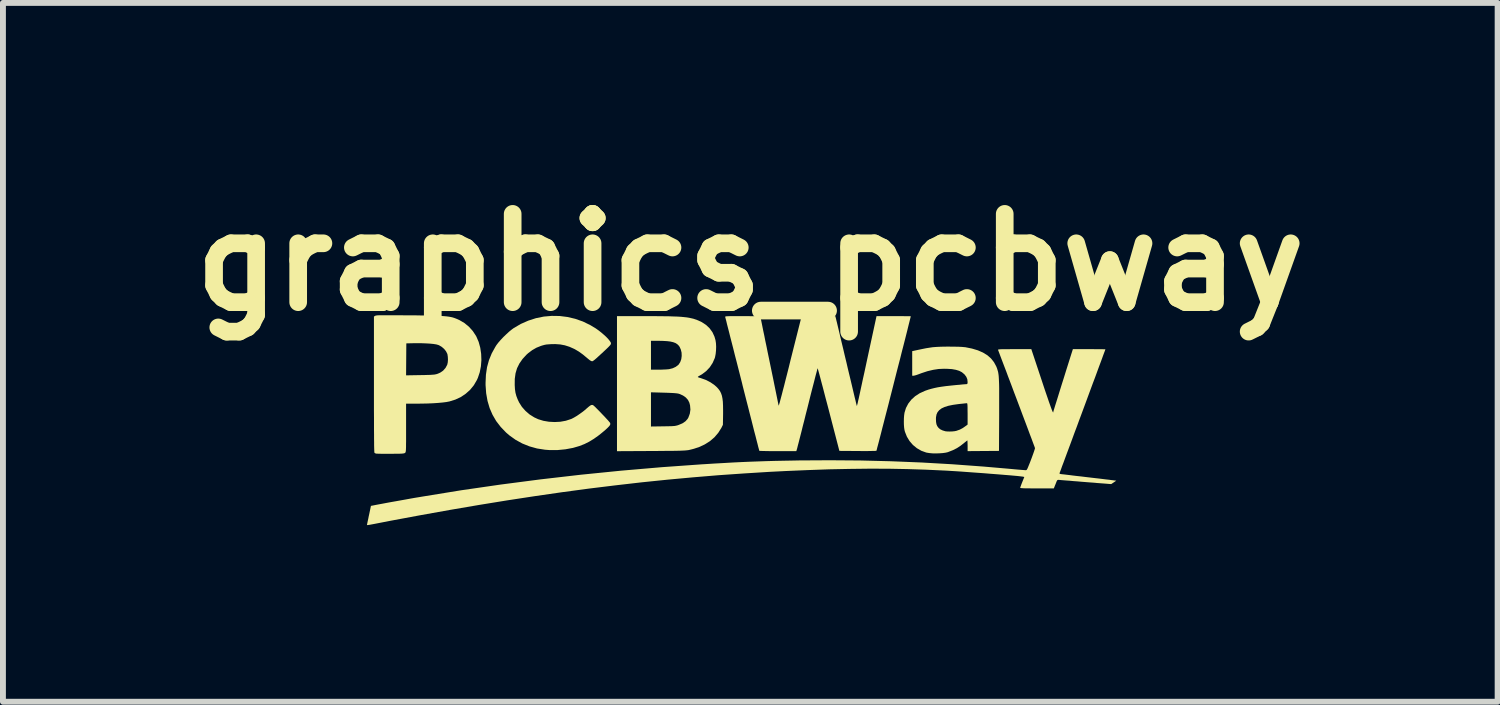
<source format=kicad_pcb>
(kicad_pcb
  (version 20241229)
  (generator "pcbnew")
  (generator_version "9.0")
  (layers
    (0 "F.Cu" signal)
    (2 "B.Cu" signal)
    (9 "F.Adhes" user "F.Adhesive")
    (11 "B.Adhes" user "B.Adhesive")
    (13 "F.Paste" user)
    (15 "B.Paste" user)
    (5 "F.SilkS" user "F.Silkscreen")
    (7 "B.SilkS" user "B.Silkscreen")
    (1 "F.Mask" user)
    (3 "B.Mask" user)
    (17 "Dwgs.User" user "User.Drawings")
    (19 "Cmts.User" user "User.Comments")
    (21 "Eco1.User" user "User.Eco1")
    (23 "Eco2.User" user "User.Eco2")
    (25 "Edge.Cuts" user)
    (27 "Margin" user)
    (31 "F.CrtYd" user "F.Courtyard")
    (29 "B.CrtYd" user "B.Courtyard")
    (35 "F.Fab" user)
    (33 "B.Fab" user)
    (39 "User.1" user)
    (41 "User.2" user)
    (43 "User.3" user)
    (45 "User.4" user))
  (footprint "graphics_pcbway"
    (layer "F.Cu")
    (at 9.41 3.944)
    (property "Reference" "graphics_pcbway" (at 0.283 -2.54 0) (layer "F.SilkS") (effects (font (size 1.5 1.5) (thickness 0.3))))
    (attr board_only exclude_from_pos_files exclude_from_bom)
    (fp_poly (pts (xy -1.528 -1.625) (xy -1.399 -1.625) (xy -1.285 -1.624) (xy -1.184 -1.623) (xy -1.095 -1.622) (xy -1.018 -1.619) (xy -0.95 -1.617) (xy -0.89 -1.613) (xy -0.839 -1.608) (xy -0.793 -1.603) (xy -0.752 -1.596) (xy -0.716 -1.588) (xy -0.681 -1.58) (xy -0.649 -1.569) (xy -0.627 -1.562) (xy -0.541 -1.523) (xy -0.468 -1.475) (xy -0.408 -1.418) (xy -0.36 -1.352) (xy -0.325 -1.276) (xy -0.308 -1.217) (xy -0.3 -1.165) (xy -0.297 -1.105) (xy -0.299 -1.043) (xy -0.305 -0.983) (xy -0.315 -0.931) (xy -0.32 -0.913) (xy -0.356 -0.831) (xy -0.405 -0.756) (xy -0.465 -0.692) (xy -0.536 -0.638) (xy -0.576 -0.615) (xy -0.596 -0.604) (xy -0.607 -0.594) (xy -0.608 -0.59) (xy -0.597 -0.584) (xy -0.576 -0.577) (xy -0.561 -0.573) (xy -0.476 -0.543) (xy -0.395 -0.502) (xy -0.323 -0.452) (xy -0.282 -0.415) (xy -0.255 -0.384) (xy -0.232 -0.352) (xy -0.214 -0.316) (xy -0.2 -0.276) (xy -0.19 -0.228) (xy -0.183 -0.172) (xy -0.18 -0.105) (xy -0.179 -0.025) (xy -0.179 0.035) (xy -0.182 0.221) (xy -0.208 0.273) (xy -0.261 0.357) (xy -0.326 0.433) (xy -0.403 0.499) (xy -0.492 0.555) (xy -0.591 0.601) (xy -0.701 0.635) (xy -0.763 0.65) (xy -0.778 0.652) (xy -0.795 0.654) (xy -0.816 0.656) (xy -0.841 0.658) (xy -0.872 0.659) (xy -0.911 0.661) (xy -0.957 0.662) (xy -1.013 0.663) (xy -1.08 0.664) (xy -1.159 0.664) (xy -1.25 0.665) (xy -1.355 0.666) (xy -1.406 0.666) (xy -1.981 0.669) (xy -1.981 -0.04) (xy -1.404 -0.04) (xy -1.404 0.25) (xy -1.2 0.247) (xy -1.137 0.246) (xy -1.088 0.245) (xy -1.05 0.244) (xy -1.021 0.242) (xy -0.998 0.24) (xy -0.978 0.236) (xy -0.96 0.232) (xy -0.941 0.226) (xy -0.933 0.223) (xy -0.869 0.196) (xy -0.819 0.162) (xy -0.782 0.121) (xy -0.769 0.099) (xy -0.744 0.032) (xy -0.734 -0.037) (xy -0.74 -0.109) (xy -0.752 -0.155) (xy -0.775 -0.201) (xy -0.811 -0.242) (xy -0.859 -0.276) (xy -0.916 -0.302) (xy -0.94 -0.309) (xy -0.964 -0.313) (xy -1.003 -0.317) (xy -1.057 -0.32) (xy -1.125 -0.323) (xy -1.192 -0.325) (xy -1.404 -0.331) (xy -1.404 -0.04) (xy -1.981 -0.04) (xy -1.981 -0.478) (xy -1.981 -0.961) (xy -1.404 -0.961) (xy -1.404 -0.716) (xy -1.275 -0.716) (xy -1.227 -0.716) (xy -1.18 -0.718) (xy -1.138 -0.72) (xy -1.106 -0.723) (xy -1.096 -0.724) (xy -1.036 -0.739) (xy -0.984 -0.763) (xy -0.942 -0.795) (xy -0.934 -0.802) (xy -0.907 -0.844) (xy -0.889 -0.894) (xy -0.882 -0.949) (xy -0.884 -1.005) (xy -0.897 -1.058) (xy -0.919 -1.106) (xy -0.934 -1.126) (xy -0.958 -1.149) (xy -0.988 -1.168) (xy -1.026 -1.182) (xy -1.073 -1.193) (xy -1.13 -1.2) (xy -1.2 -1.204) (xy -1.284 -1.206) (xy -1.291 -1.206) (xy -1.404 -1.206) (xy -1.404 -0.961) (xy -1.981 -0.961) (xy -1.981 -1.625)) (stroke (width 0) (type solid)) (fill yes) (layer "F.SilkS"))
    (fp_poly (pts (xy -5.798 -1.64) (xy -5.719 -1.64) (xy -5.626 -1.639) (xy -5.522 -1.638) (xy -5.399 -1.638) (xy -5.29 -1.636) (xy -5.195 -1.635) (xy -5.112 -1.633) (xy -5.04 -1.631) (xy -4.978 -1.629) (xy -4.925 -1.625) (xy -4.879 -1.621) (xy -4.839 -1.616) (xy -4.804 -1.61) (xy -4.773 -1.603) (xy -4.745 -1.594) (xy -4.718 -1.584) (xy -4.691 -1.573) (xy -4.663 -1.56) (xy -4.658 -1.558) (xy -4.573 -1.508) (xy -4.497 -1.446) (xy -4.431 -1.373) (xy -4.376 -1.29) (xy -4.369 -1.277) (xy -4.33 -1.186) (xy -4.303 -1.087) (xy -4.288 -0.984) (xy -4.284 -0.878) (xy -4.292 -0.773) (xy -4.312 -0.671) (xy -4.344 -0.576) (xy -4.362 -0.537) (xy -4.413 -0.45) (xy -4.476 -0.373) (xy -4.551 -0.306) (xy -4.634 -0.25) (xy -4.727 -0.207) (xy -4.826 -0.176) (xy -4.878 -0.166) (xy -4.94 -0.158) (xy -5.016 -0.151) (xy -5.103 -0.145) (xy -5.199 -0.141) (xy -5.3 -0.139) (xy -5.383 -0.138) (xy -5.563 -0.138) (xy -5.563 0.272) (xy -5.563 0.363) (xy -5.563 0.439) (xy -5.563 0.502) (xy -5.564 0.554) (xy -5.564 0.594) (xy -5.565 0.626) (xy -5.566 0.65) (xy -5.568 0.667) (xy -5.57 0.679) (xy -5.572 0.686) (xy -5.575 0.692) (xy -5.578 0.695) (xy -5.58 0.697) (xy -5.586 0.701) (xy -5.593 0.704) (xy -5.605 0.707) (xy -5.622 0.709) (xy -5.646 0.711) (xy -5.68 0.712) (xy -5.724 0.712) (xy -5.781 0.713) (xy -5.827 0.713) (xy -5.886 0.713) (xy -5.941 0.713) (xy -5.989 0.713) (xy -6.029 0.712) (xy -6.057 0.711) (xy -6.072 0.71) (xy -6.073 0.71) (xy -6.091 0.703) (xy -6.099 0.698) (xy -6.1 0.694) (xy -6.102 0.684) (xy -6.103 0.667) (xy -6.104 0.642) (xy -6.105 0.609) (xy -6.106 0.568) (xy -6.106 0.517) (xy -6.107 0.456) (xy -6.107 0.384) (xy -6.108 0.301) (xy -6.108 0.206) (xy -6.108 0.099) (xy -6.109 -0.022) (xy -6.109 -0.157) (xy -6.109 -0.306) (xy -6.109 -0.463) (xy -6.109 -0.619) (xy -5.563 -0.619) (xy -5.328 -0.623) (xy -5.255 -0.624) (xy -5.197 -0.626) (xy -5.15 -0.627) (xy -5.113 -0.63) (xy -5.085 -0.632) (xy -5.063 -0.636) (xy -5.045 -0.64) (xy -4.985 -0.664) (xy -4.934 -0.699) (xy -4.893 -0.745) (xy -4.865 -0.798) (xy -4.863 -0.803) (xy -4.855 -0.84) (xy -4.852 -0.885) (xy -4.854 -0.932) (xy -4.86 -0.974) (xy -4.865 -0.989) (xy -4.885 -1.028) (xy -4.916 -1.067) (xy -4.955 -1.101) (xy -4.998 -1.127) (xy -5.013 -1.134) (xy -5.048 -1.144) (xy -5.097 -1.152) (xy -5.158 -1.158) (xy -5.229 -1.162) (xy -5.308 -1.165) (xy -5.394 -1.165) (xy -5.429 -1.165) (xy -5.559 -1.162) (xy -5.561 -0.891) (xy -5.563 -0.619) (xy -6.109 -0.619) (xy -6.109 -1.617) (xy -6.089 -1.63) (xy -6.084 -1.632) (xy -6.077 -1.634) (xy -6.066 -1.636) (xy -6.051 -1.638) (xy -6.029 -1.639) (xy -6.001 -1.639) (xy -5.965 -1.64) (xy -5.92 -1.64) (xy -5.865 -1.64)) (stroke (width 0) (type solid)) (fill yes) (layer "F.SilkS"))
    (fp_poly (pts (xy -2.955 -1.627) (xy -2.821 -1.61) (xy -2.689 -1.579) (xy -2.559 -1.533) (xy -2.434 -1.472) (xy -2.341 -1.416) (xy -2.292 -1.381) (xy -2.245 -1.344) (xy -2.201 -1.306) (xy -2.161 -1.269) (xy -2.128 -1.234) (xy -2.103 -1.203) (xy -2.087 -1.178) (xy -2.084 -1.164) (xy -2.084 -1.156) (xy -2.086 -1.149) (xy -2.09 -1.141) (xy -2.098 -1.13) (xy -2.111 -1.116) (xy -2.13 -1.096) (xy -2.157 -1.07) (xy -2.193 -1.036) (xy -2.239 -0.993) (xy -2.247 -0.986) (xy -2.294 -0.943) (xy -2.33 -0.91) (xy -2.358 -0.886) (xy -2.379 -0.87) (xy -2.393 -0.861) (xy -2.403 -0.858) (xy -2.404 -0.858) (xy -2.421 -0.863) (xy -2.444 -0.877) (xy -2.476 -0.903) (xy -2.487 -0.912) (xy -2.56 -0.973) (xy -2.628 -1.022) (xy -2.694 -1.061) (xy -2.707 -1.068) (xy -2.788 -1.104) (xy -2.866 -1.129) (xy -2.945 -1.144) (xy -3.029 -1.15) (xy -3.094 -1.149) (xy -3.142 -1.146) (xy -3.179 -1.143) (xy -3.211 -1.137) (xy -3.244 -1.128) (xy -3.27 -1.12) (xy -3.35 -1.088) (xy -3.421 -1.047) (xy -3.489 -0.996) (xy -3.518 -0.97) (xy -3.585 -0.897) (xy -3.638 -0.821) (xy -3.678 -0.741) (xy -3.704 -0.654) (xy -3.717 -0.559) (xy -3.718 -0.455) (xy -3.714 -0.384) (xy -3.705 -0.323) (xy -3.69 -0.268) (xy -3.669 -0.213) (xy -3.643 -0.158) (xy -3.596 -0.084) (xy -3.536 -0.016) (xy -3.466 0.045) (xy -3.386 0.095) (xy -3.319 0.126) (xy -3.231 0.153) (xy -3.137 0.169) (xy -3.039 0.174) (xy -2.943 0.169) (xy -2.85 0.152) (xy -2.764 0.124) (xy -2.751 0.119) (xy -2.711 0.098) (xy -2.662 0.069) (xy -2.611 0.034) (xy -2.561 -0.002) (xy -2.515 -0.039) (xy -2.498 -0.055) (xy -2.463 -0.085) (xy -2.437 -0.105) (xy -2.417 -0.115) (xy -2.4 -0.117) (xy -2.386 -0.112) (xy -2.375 -0.103) (xy -2.355 -0.085) (xy -2.329 -0.059) (xy -2.297 -0.027) (xy -2.263 0.008) (xy -2.228 0.045) (xy -2.193 0.081) (xy -2.161 0.116) (xy -2.133 0.146) (xy -2.112 0.171) (xy -2.099 0.187) (xy -2.096 0.192) (xy -2.095 0.213) (xy -2.099 0.224) (xy -2.113 0.244) (xy -2.138 0.27) (xy -2.172 0.302) (xy -2.213 0.337) (xy -2.257 0.373) (xy -2.303 0.409) (xy -2.35 0.442) (xy -2.372 0.458) (xy -2.454 0.508) (xy -2.534 0.548) (xy -2.618 0.581) (xy -2.711 0.608) (xy -2.728 0.613) (xy -2.857 0.637) (xy -2.992 0.65) (xy -3.127 0.65) (xy -3.204 0.644) (xy -3.339 0.623) (xy -3.468 0.587) (xy -3.59 0.538) (xy -3.703 0.476) (xy -3.808 0.401) (xy -3.865 0.352) (xy -3.956 0.257) (xy -4.033 0.157) (xy -4.095 0.05) (xy -4.144 -0.063) (xy -4.18 -0.185) (xy -4.203 -0.315) (xy -4.213 -0.454) (xy -4.213 -0.494) (xy -4.207 -0.63) (xy -4.188 -0.758) (xy -4.155 -0.878) (xy -4.108 -0.993) (xy -4.047 -1.103) (xy -4.029 -1.132) (xy -3.998 -1.173) (xy -3.958 -1.219) (xy -3.911 -1.269) (xy -3.861 -1.317) (xy -3.812 -1.362) (xy -3.765 -1.4) (xy -3.736 -1.421) (xy -3.615 -1.492) (xy -3.488 -1.548) (xy -3.358 -1.59) (xy -3.225 -1.617) (xy -3.09 -1.629)) (stroke (width 0) (type solid)) (fill yes) (layer "F.SilkS"))
    (fp_poly (pts (xy 3.74 -1.106) (xy 3.816 -1.105) (xy 3.876 -1.102) (xy 3.92 -1.098) (xy 3.934 -1.097) (xy 4.048 -1.074) (xy 4.148 -1.044) (xy 4.235 -1.006) (xy 4.31 -0.96) (xy 4.372 -0.905) (xy 4.422 -0.842) (xy 4.461 -0.77) (xy 4.474 -0.737) (xy 4.48 -0.717) (xy 4.486 -0.697) (xy 4.492 -0.676) (xy 4.496 -0.652) (xy 4.5 -0.625) (xy 4.503 -0.594) (xy 4.505 -0.557) (xy 4.507 -0.513) (xy 4.509 -0.461) (xy 4.51 -0.401) (xy 4.51 -0.329) (xy 4.51 -0.247) (xy 4.51 -0.152) (xy 4.51 -0.043) (xy 4.51 0.067) (xy 4.507 0.664) (xy 4.241 0.666) (xy 3.974 0.668) (xy 3.974 0.577) (xy 3.973 0.542) (xy 3.972 0.512) (xy 3.971 0.493) (xy 3.969 0.486) (xy 3.962 0.491) (xy 3.946 0.504) (xy 3.923 0.522) (xy 3.913 0.531) (xy 3.851 0.579) (xy 3.791 0.618) (xy 3.726 0.651) (xy 3.652 0.68) (xy 3.64 0.685) (xy 3.603 0.694) (xy 3.553 0.701) (xy 3.497 0.705) (xy 3.437 0.707) (xy 3.378 0.706) (xy 3.325 0.701) (xy 3.281 0.694) (xy 3.271 0.692) (xy 3.188 0.662) (xy 3.112 0.618) (xy 3.045 0.563) (xy 2.988 0.497) (xy 2.943 0.423) (xy 2.91 0.34) (xy 2.902 0.31) (xy 2.896 0.271) (xy 2.892 0.222) (xy 2.891 0.167) (xy 2.892 0.122) (xy 3.436 0.122) (xy 3.438 0.172) (xy 3.445 0.212) (xy 3.458 0.243) (xy 3.479 0.271) (xy 3.48 0.273) (xy 3.509 0.297) (xy 3.548 0.316) (xy 3.598 0.331) (xy 3.628 0.334) (xy 3.667 0.335) (xy 3.709 0.334) (xy 3.75 0.33) (xy 3.781 0.324) (xy 3.784 0.323) (xy 3.841 0.303) (xy 3.892 0.276) (xy 3.932 0.248) (xy 3.974 0.217) (xy 3.974 0.035) (xy 3.973 -0.026) (xy 3.973 -0.072) (xy 3.972 -0.106) (xy 3.97 -0.129) (xy 3.967 -0.142) (xy 3.964 -0.146) (xy 3.964 -0.146) (xy 3.953 -0.145) (xy 3.929 -0.143) (xy 3.895 -0.139) (xy 3.854 -0.135) (xy 3.819 -0.131) (xy 3.726 -0.118) (xy 3.648 -0.102) (xy 3.584 -0.082) (xy 3.532 -0.058) (xy 3.493 -0.029) (xy 3.464 0.005) (xy 3.446 0.045) (xy 3.437 0.093) (xy 3.436 0.122) (xy 2.892 0.122) (xy 2.892 0.111) (xy 2.896 0.059) (xy 2.902 0.017) (xy 2.902 0.016) (xy 2.927 -0.065) (xy 2.966 -0.139) (xy 3.018 -0.206) (xy 3.083 -0.265) (xy 3.16 -0.315) (xy 3.25 -0.356) (xy 3.261 -0.36) (xy 3.31 -0.377) (xy 3.359 -0.391) (xy 3.411 -0.404) (xy 3.468 -0.416) (xy 3.531 -0.426) (xy 3.604 -0.436) (xy 3.687 -0.445) (xy 3.785 -0.455) (xy 3.785 -0.455) (xy 3.836 -0.459) (xy 3.881 -0.464) (xy 3.918 -0.467) (xy 3.946 -0.469) (xy 3.961 -0.47) (xy 3.963 -0.471) (xy 3.971 -0.478) (xy 3.974 -0.501) (xy 3.974 -0.503) (xy 3.969 -0.552) (xy 3.952 -0.594) (xy 3.922 -0.634) (xy 3.914 -0.641) (xy 3.877 -0.672) (xy 3.831 -0.696) (xy 3.775 -0.713) (xy 3.708 -0.725) (xy 3.628 -0.73) (xy 3.573 -0.731) (xy 3.482 -0.727) (xy 3.39 -0.713) (xy 3.293 -0.69) (xy 3.19 -0.656) (xy 3.137 -0.636) (xy 3.106 -0.625) (xy 3.078 -0.617) (xy 3.058 -0.613) (xy 3.056 -0.613) (xy 3.033 -0.613) (xy 3.033 -0.821) (xy 3.033 -1.03) (xy 3.13 -1.051) (xy 3.206 -1.067) (xy 3.271 -1.08) (xy 3.329 -1.089) (xy 3.382 -1.097) (xy 3.435 -1.101) (xy 3.491 -1.104) (xy 3.555 -1.106) (xy 3.63 -1.107) (xy 3.649 -1.107)) (stroke (width 0) (type solid)) (fill yes) (layer "F.SilkS"))
    (fp_poly (pts (xy 0.221 -1.625) (xy 0.283 -1.624) (xy 0.338 -1.624) (xy 0.384 -1.623) (xy 0.42 -1.621) (xy 0.444 -1.62) (xy 0.454 -1.618) (xy 0.455 -1.618) (xy 0.456 -1.61) (xy 0.461 -1.587) (xy 0.468 -1.55) (xy 0.478 -1.502) (xy 0.49 -1.442) (xy 0.504 -1.372) (xy 0.521 -1.293) (xy 0.538 -1.206) (xy 0.558 -1.112) (xy 0.578 -1.012) (xy 0.6 -0.907) (xy 0.609 -0.863) (xy 0.631 -0.757) (xy 0.652 -0.655) (xy 0.672 -0.559) (xy 0.69 -0.469) (xy 0.707 -0.386) (xy 0.722 -0.313) (xy 0.735 -0.249) (xy 0.746 -0.195) (xy 0.754 -0.154) (xy 0.76 -0.126) (xy 0.763 -0.111) (xy 0.763 -0.11) (xy 0.764 -0.105) (xy 0.766 -0.107) (xy 0.77 -0.116) (xy 0.775 -0.133) (xy 0.783 -0.159) (xy 0.792 -0.194) (xy 0.804 -0.239) (xy 0.819 -0.295) (xy 0.836 -0.362) (xy 0.857 -0.441) (xy 0.88 -0.533) (xy 0.907 -0.638) (xy 0.937 -0.757) (xy 0.965 -0.872) (xy 1.155 -1.625) (xy 1.441 -1.625) (xy 1.727 -1.625) (xy 1.735 -1.595) (xy 1.738 -1.584) (xy 1.744 -1.557) (xy 1.754 -1.518) (xy 1.766 -1.467) (xy 1.781 -1.405) (xy 1.798 -1.333) (xy 1.817 -1.252) (xy 1.838 -1.164) (xy 1.861 -1.069) (xy 1.884 -0.97) (xy 1.909 -0.866) (xy 1.914 -0.846) (xy 1.938 -0.742) (xy 1.962 -0.642) (xy 1.985 -0.547) (xy 2.006 -0.459) (xy 2.025 -0.378) (xy 2.042 -0.306) (xy 2.057 -0.243) (xy 2.07 -0.191) (xy 2.079 -0.151) (xy 2.086 -0.124) (xy 2.089 -0.112) (xy 2.089 -0.111) (xy 2.09 -0.107) (xy 2.091 -0.104) (xy 2.092 -0.101) (xy 2.093 -0.101) (xy 2.094 -0.103) (xy 2.097 -0.109) (xy 2.099 -0.12) (xy 2.104 -0.136) (xy 2.109 -0.158) (xy 2.115 -0.187) (xy 2.124 -0.224) (xy 2.134 -0.27) (xy 2.146 -0.325) (xy 2.16 -0.391) (xy 2.177 -0.469) (xy 2.196 -0.558) (xy 2.219 -0.661) (xy 2.244 -0.777) (xy 2.266 -0.88) (xy 2.427 -1.625) (xy 2.718 -1.625) (xy 2.784 -1.625) (xy 2.845 -1.625) (xy 2.899 -1.624) (xy 2.944 -1.624) (xy 2.978 -1.624) (xy 3.001 -1.623) (xy 3.009 -1.622) (xy 3.009 -1.622) (xy 3.007 -1.614) (xy 3.001 -1.59) (xy 2.992 -1.554) (xy 2.98 -1.506) (xy 2.965 -1.446) (xy 2.948 -1.376) (xy 2.928 -1.297) (xy 2.906 -1.21) (xy 2.882 -1.116) (xy 2.856 -1.016) (xy 2.83 -0.911) (xy 2.802 -0.803) (xy 2.773 -0.691) (xy 2.744 -0.577) (xy 2.715 -0.462) (xy 2.686 -0.348) (xy 2.657 -0.235) (xy 2.629 -0.124) (xy 2.601 -0.016) (xy 2.574 0.088) (xy 2.549 0.186) (xy 2.525 0.278) (xy 2.504 0.362) (xy 2.484 0.439) (xy 2.467 0.505) (xy 2.452 0.562) (xy 2.44 0.606) (xy 2.432 0.639) (xy 2.427 0.657) (xy 2.425 0.662) (xy 2.416 0.663) (xy 2.393 0.665) (xy 2.358 0.665) (xy 2.311 0.666) (xy 2.256 0.667) (xy 2.194 0.667) (xy 2.127 0.666) (xy 2.107 0.666) (xy 1.796 0.664) (xy 1.614 -0.037) (xy 1.587 -0.14) (xy 1.561 -0.237) (xy 1.537 -0.33) (xy 1.515 -0.415) (xy 1.494 -0.493) (xy 1.476 -0.562) (xy 1.46 -0.622) (xy 1.447 -0.67) (xy 1.437 -0.706) (xy 1.43 -0.73) (xy 1.427 -0.739) (xy 1.427 -0.739) (xy 1.424 -0.732) (xy 1.418 -0.71) (xy 1.409 -0.675) (xy 1.396 -0.628) (xy 1.381 -0.57) (xy 1.364 -0.502) (xy 1.344 -0.426) (xy 1.322 -0.341) (xy 1.299 -0.25) (xy 1.275 -0.153) (xy 1.25 -0.053) (xy 1.224 0.048) (xy 1.2 0.146) (xy 1.176 0.238) (xy 1.155 0.324) (xy 1.135 0.402) (xy 1.117 0.472) (xy 1.102 0.531) (xy 1.089 0.58) (xy 1.08 0.617) (xy 1.073 0.641) (xy 1.071 0.65) (xy 1.064 0.668) (xy 0.752 0.668) (xy 0.683 0.668) (xy 0.62 0.668) (xy 0.563 0.667) (xy 0.514 0.666) (xy 0.476 0.665) (xy 0.45 0.664) (xy 0.437 0.663) (xy 0.436 0.662) (xy 0.434 0.654) (xy 0.428 0.631) (xy 0.418 0.595) (xy 0.406 0.546) (xy 0.39 0.485) (xy 0.372 0.413) (xy 0.35 0.331) (xy 0.327 0.239) (xy 0.302 0.139) (xy 0.274 0.031) (xy 0.245 -0.084) (xy 0.214 -0.204) (xy 0.182 -0.33) (xy 0.149 -0.46) (xy 0.147 -0.471) (xy 0.114 -0.601) (xy 0.082 -0.727) (xy 0.051 -0.849) (xy 0.021 -0.964) (xy -0.006 -1.073) (xy -0.032 -1.174) (xy -0.056 -1.267) (xy -0.077 -1.351) (xy -0.096 -1.425) (xy -0.112 -1.487) (xy -0.124 -1.538) (xy -0.134 -1.576) (xy -0.141 -1.601) (xy -0.143 -1.611) (xy -0.143 -1.611) (xy -0.143 -1.615) (xy -0.141 -1.618) (xy -0.134 -1.62) (xy -0.122 -1.622) (xy -0.103 -1.623) (xy -0.075 -1.624) (xy -0.037 -1.625) (xy 0.012 -1.625) (xy 0.075 -1.625) (xy 0.151 -1.625) (xy 0.154 -1.625)) (stroke (width 0) (type solid)) (fill yes) (layer "F.SilkS"))
    (fp_poly (pts (xy 5.235 -0.526) (xy 5.271 -0.417) (xy 5.303 -0.322) (xy 5.331 -0.241) (xy 5.354 -0.173) (xy 5.374 -0.117) (xy 5.39 -0.072) (xy 5.403 -0.037) (xy 5.413 -0.013) (xy 5.42 0.003) (xy 5.425 0.01) (xy 5.428 0.01) (xy 5.429 0.003) (xy 5.429 0.003) (xy 5.431 -0.006) (xy 5.437 -0.028) (xy 5.448 -0.063) (xy 5.463 -0.112) (xy 5.483 -0.175) (xy 5.507 -0.252) (xy 5.535 -0.343) (xy 5.568 -0.449) (xy 5.606 -0.569) (xy 5.648 -0.704) (xy 5.695 -0.853) (xy 5.742 -1.002) (xy 5.762 -1.064) (xy 6.038 -1.064) (xy 6.102 -1.064) (xy 6.161 -1.063) (xy 6.213 -1.063) (xy 6.256 -1.063) (xy 6.289 -1.062) (xy 6.309 -1.062) (xy 6.314 -1.061) (xy 6.312 -1.054) (xy 6.304 -1.032) (xy 6.291 -0.998) (xy 6.274 -0.952) (xy 6.254 -0.896) (xy 6.229 -0.829) (xy 6.201 -0.754) (xy 6.171 -0.672) (xy 6.138 -0.582) (xy 6.102 -0.487) (xy 6.065 -0.387) (xy 6.027 -0.284) (xy 5.988 -0.178) (xy 5.948 -0.07) (xy 5.908 0.038) (xy 5.868 0.145) (xy 5.829 0.252) (xy 5.79 0.355) (xy 5.753 0.456) (xy 5.718 0.551) (xy 5.684 0.642) (xy 5.653 0.725) (xy 5.625 0.801) (xy 5.6 0.869) (xy 5.578 0.926) (xy 5.561 0.974) (xy 5.548 1.009) (xy 5.539 1.032) (xy 5.536 1.041) (xy 5.535 1.049) (xy 5.544 1.055) (xy 5.566 1.059) (xy 5.569 1.059) (xy 5.584 1.061) (xy 5.614 1.064) (xy 5.655 1.069) (xy 5.707 1.075) (xy 5.768 1.083) (xy 5.836 1.091) (xy 5.91 1.099) (xy 5.982 1.108) (xy 6.06 1.117) (xy 6.136 1.126) (xy 6.207 1.134) (xy 6.272 1.142) (xy 6.329 1.149) (xy 6.376 1.154) (xy 6.41 1.159) (xy 6.428 1.161) (xy 6.499 1.17) (xy 6.456 1.199) (xy 6.413 1.228) (xy 6.275 1.217) (xy 6.234 1.214) (xy 6.18 1.21) (xy 6.116 1.204) (xy 6.045 1.199) (xy 5.971 1.193) (xy 5.895 1.187) (xy 5.84 1.182) (xy 5.772 1.177) (xy 5.709 1.171) (xy 5.651 1.167) (xy 5.602 1.163) (xy 5.562 1.16) (xy 5.534 1.157) (xy 5.52 1.156) (xy 5.52 1.156) (xy 5.506 1.157) (xy 5.496 1.163) (xy 5.487 1.179) (xy 5.481 1.194) (xy 5.469 1.225) (xy 5.456 1.256) (xy 5.452 1.267) (xy 5.438 1.301) (xy 5.152 1.301) (xy 5.075 1.301) (xy 5.012 1.3) (xy 4.963 1.3) (xy 4.925 1.299) (xy 4.898 1.297) (xy 4.88 1.296) (xy 4.87 1.294) (xy 4.867 1.291) (xy 4.867 1.291) (xy 4.87 1.28) (xy 4.878 1.257) (xy 4.889 1.227) (xy 4.902 1.194) (xy 4.937 1.107) (xy 4.912 1.101) (xy 4.894 1.099) (xy 4.862 1.095) (xy 4.817 1.09) (xy 4.761 1.085) (xy 4.694 1.079) (xy 4.619 1.073) (xy 4.536 1.066) (xy 4.448 1.059) (xy 4.355 1.052) (xy 4.26 1.044) (xy 4.162 1.037) (xy 4.065 1.03) (xy 3.969 1.023) (xy 3.875 1.016) (xy 3.786 1.01) (xy 3.702 1.005) (xy 3.625 1) (xy 3.562 0.997) (xy 3.261 0.983) (xy 2.952 0.973) (xy 2.635 0.967) (xy 2.308 0.966) (xy 1.971 0.97) (xy 1.622 0.977) (xy 1.26 0.99) (xy 0.885 1.006) (xy 0.609 1.02) (xy 0.177 1.047) (xy -0.256 1.077) (xy -0.689 1.113) (xy -1.125 1.153) (xy -1.563 1.198) (xy -2.006 1.249) (xy -2.455 1.304) (xy -2.909 1.365) (xy -3.372 1.432) (xy -3.843 1.504) (xy -4.323 1.582) (xy -4.815 1.666) (xy -5.318 1.756) (xy -5.834 1.852) (xy -6.049 1.894) (xy -6.106 1.905) (xy -6.149 1.913) (xy -6.181 1.919) (xy -6.203 1.922) (xy -6.216 1.924) (xy -6.224 1.924) (xy -6.227 1.923) (xy -6.227 1.921) (xy -6.227 1.92) (xy -6.225 1.91) (xy -6.221 1.888) (xy -6.214 1.855) (xy -6.205 1.814) (xy -6.196 1.767) (xy -6.193 1.756) (xy -6.16 1.598) (xy -6.109 1.588) (xy -6.074 1.581) (xy -6.026 1.572) (xy -5.966 1.561) (xy -5.898 1.548) (xy -5.822 1.534) (xy -5.742 1.52) (xy -5.658 1.505) (xy -5.574 1.49) (xy -5.492 1.475) (xy -5.413 1.461) (xy -5.339 1.449) (xy -5.286 1.44) (xy -4.628 1.333) (xy -3.958 1.236) (xy -3.281 1.148) (xy -2.597 1.069) (xy -1.911 1) (xy -1.224 0.941) (xy -0.538 0.892) (xy -0.502 0.89) (xy -0.327 0.879) (xy -0.165 0.87) (xy -0.013 0.861) (xy 0.132 0.854) (xy 0.273 0.848) (xy 0.413 0.843) (xy 0.554 0.838) (xy 0.7 0.834) (xy 0.853 0.831) (xy 1.017 0.828) (xy 1.111 0.826) (xy 1.636 0.823) (xy 2.156 0.827) (xy 2.673 0.84) (xy 3.191 0.861) (xy 3.713 0.891) (xy 4.242 0.93) (xy 4.646 0.965) (xy 4.713 0.971) (xy 4.777 0.977) (xy 4.834 0.982) (xy 4.883 0.986) (xy 4.921 0.989) (xy 4.948 0.991) (xy 4.962 0.992) (xy 4.962 0.992) (xy 4.969 0.991) (xy 4.975 0.988) (xy 4.982 0.979) (xy 4.99 0.965) (xy 5 0.942) (xy 5.013 0.91) (xy 5.031 0.866) (xy 5.052 0.811) (xy 5.071 0.76) (xy 5.088 0.713) (xy 5.102 0.673) (xy 5.112 0.642) (xy 5.118 0.622) (xy 5.118 0.615) (xy 5.115 0.607) (xy 5.107 0.584) (xy 5.094 0.55) (xy 5.077 0.504) (xy 5.056 0.447) (xy 5.031 0.382) (xy 5.004 0.309) (xy 4.974 0.229) (xy 4.942 0.144) (xy 4.908 0.054) (xy 4.873 -0.04) (xy 4.837 -0.135) (xy 4.801 -0.231) (xy 4.764 -0.328) (xy 4.729 -0.422) (xy 4.694 -0.515) (xy 4.66 -0.604) (xy 4.629 -0.688) (xy 4.599 -0.766) (xy 4.572 -0.837) (xy 4.548 -0.9) (xy 4.528 -0.953) (xy 4.512 -0.996) (xy 4.5 -1.028) (xy 4.493 -1.046) (xy 4.492 -1.05) (xy 4.491 -1.053) (xy 4.493 -1.056) (xy 4.5 -1.059) (xy 4.512 -1.06) (xy 4.531 -1.062) (xy 4.56 -1.063) (xy 4.598 -1.063) (xy 4.648 -1.063) (xy 4.712 -1.064) (xy 4.771 -1.064) (xy 5.056 -1.064)) (stroke (width 0) (type solid)) (fill yes) (layer "F.SilkS")))
  (gr_rect
    (start -3 -3)
    (end 22.386 8.868)
    (stroke (width 0.1) (type default))
    (fill no)
    (layer "Edge.Cuts")))
</source>
